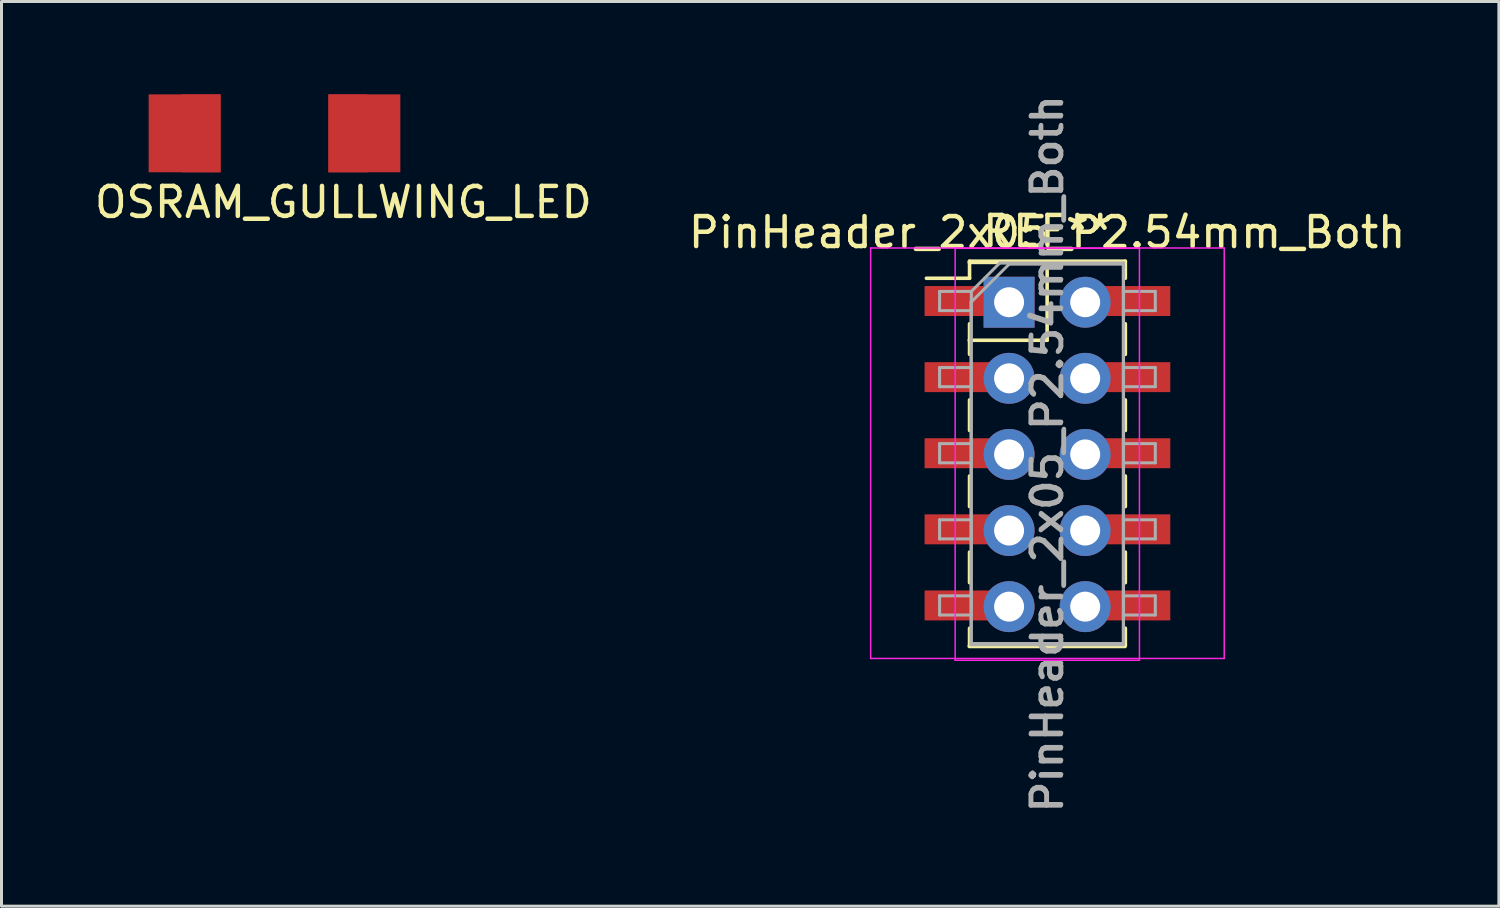
<source format=kicad_pcb>
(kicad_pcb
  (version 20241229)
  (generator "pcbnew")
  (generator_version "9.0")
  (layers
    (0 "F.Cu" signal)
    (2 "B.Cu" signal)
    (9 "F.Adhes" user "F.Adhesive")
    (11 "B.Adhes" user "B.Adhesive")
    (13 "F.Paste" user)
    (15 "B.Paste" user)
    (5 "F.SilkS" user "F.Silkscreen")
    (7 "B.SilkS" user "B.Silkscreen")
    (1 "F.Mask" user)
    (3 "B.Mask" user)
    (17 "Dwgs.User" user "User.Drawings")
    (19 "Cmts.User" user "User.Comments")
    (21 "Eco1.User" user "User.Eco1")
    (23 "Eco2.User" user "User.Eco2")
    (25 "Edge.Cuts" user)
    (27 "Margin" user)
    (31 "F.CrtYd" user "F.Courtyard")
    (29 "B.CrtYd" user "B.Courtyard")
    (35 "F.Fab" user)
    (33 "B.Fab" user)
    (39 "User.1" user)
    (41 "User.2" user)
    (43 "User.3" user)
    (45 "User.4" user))
  (footprint "OSRAM_GULLWING_LED"
    (layer "F.Cu")
    (at 6.111 1.4)
    (property "Reference" "OSRAM_GULLWING_LED" (at 2.3 2.3 0) (layer "F.SilkS") (effects (font (size 1 1) (thickness 0.15))))
    (attr through_hole)
    (fp_circle (center 0 0) (end 0.7 0) (stroke (width 1.4) (type solid)) (fill no) (layer "F.Mask"))
    (pad "1" smd rect (at 2.45 0) (size 1.3 2.6) (layers "F.Cu" "F.Mask" "F.Paste"))
    (pad "1" smd rect (at 3 0) (size 2.4 2.6) (layers "F.Cu"))
    (pad "2" smd rect (at -3 0) (size 2.4 2.6) (layers "F.Cu"))
    (pad "2" smd rect (at -2.45 0) (size 1.3 2.6) (layers "F.Cu" "F.Mask" "F.Paste")))
  (footprint "PinHeader_2x05_P2.54mm_Both"
    (layer "F.Cu")
    (at 30.629 7.037)
    (property "Reference" "PinHeader_2x05_P2.54mm_Both" (at 1.27 -2.33 0) (layer "F.SilkS") (effects (font (size 1 1) (thickness 0.15))))
    (attr through_hole)
    (fp_line (start -2.76 -0.8) (end -1.32 -0.8) (stroke (width 0.12) (type solid)) (layer "F.SilkS"))
    (fp_line (start -1.33 -1.33) (end 0 -1.33) (stroke (width 0.12) (type solid)) (layer "F.SilkS"))
    (fp_line (start -1.33 1.27) (end 1.27 1.27) (stroke (width 0.12) (type solid)) (layer "F.SilkS"))
    (fp_line (start -1.33 11.49) (end 3.87 11.49) (stroke (width 0.12) (type solid)) (layer "F.SilkS"))
    (fp_line (start -1.32 -1.37) (end -1.32 -0.8) (stroke (width 0.12) (type solid)) (layer "F.SilkS"))
    (fp_line (start -1.32 -1.37) (end 3.88 -1.37) (stroke (width 0.12) (type solid)) (layer "F.SilkS"))
    (fp_line (start -1.32 0.72) (end -1.32 1.74) (stroke (width 0.12) (type solid)) (layer "F.SilkS"))
    (fp_line (start -1.32 3.26) (end -1.32 4.28) (stroke (width 0.12) (type solid)) (layer "F.SilkS"))
    (fp_line (start -1.32 5.8) (end -1.32 6.82) (stroke (width 0.12) (type solid)) (layer "F.SilkS"))
    (fp_line (start -1.32 8.34) (end -1.32 9.36) (stroke (width 0.12) (type solid)) (layer "F.SilkS"))
    (fp_line (start -1.32 10.88) (end -1.32 11.45) (stroke (width 0.12) (type solid)) (layer "F.SilkS"))
    (fp_line (start -1.32 11.45) (end 3.88 11.45) (stroke (width 0.12) (type solid)) (layer "F.SilkS"))
    (fp_line (start 1.27 -1.33) (end 3.87 -1.33) (stroke (width 0.12) (type solid)) (layer "F.SilkS"))
    (fp_line (start 1.27 1.27) (end 1.27 -1.33) (stroke (width 0.12) (type solid)) (layer "F.SilkS"))
    (fp_line (start 3.88 -1.37) (end 3.88 -0.8) (stroke (width 0.12) (type solid)) (layer "F.SilkS"))
    (fp_line (start 3.88 0.72) (end 3.88 1.74) (stroke (width 0.12) (type solid)) (layer "F.SilkS"))
    (fp_line (start 3.88 3.26) (end 3.88 4.28) (stroke (width 0.12) (type solid)) (layer "F.SilkS"))
    (fp_line (start 3.88 5.8) (end 3.88 6.82) (stroke (width 0.12) (type solid)) (layer "F.SilkS"))
    (fp_line (start 3.88 8.34) (end 3.88 9.36) (stroke (width 0.12) (type solid)) (layer "F.SilkS"))
    (fp_line (start 3.88 10.88) (end 3.88 11.45) (stroke (width 0.12) (type solid)) (layer "F.SilkS"))
    (fp_line (start -4.62 -1.81) (end -4.62 11.89) (stroke (width 0.05) (type solid)) (layer "F.CrtYd"))
    (fp_line (start -4.62 11.89) (end 7.18 11.89) (stroke (width 0.05) (type solid)) (layer "F.CrtYd"))
    (fp_line (start -1.8 -1.8) (end -1.8 11.95) (stroke (width 0.05) (type solid)) (layer "F.CrtYd"))
    (fp_line (start -1.8 11.95) (end 4.35 11.95) (stroke (width 0.05) (type solid)) (layer "F.CrtYd"))
    (fp_line (start 4.35 -1.8) (end -1.8 -1.8) (stroke (width 0.05) (type solid)) (layer "F.CrtYd"))
    (fp_line (start 4.35 11.95) (end 4.35 -1.8) (stroke (width 0.05) (type solid)) (layer "F.CrtYd"))
    (fp_line (start 7.18 -1.81) (end -4.62 -1.81) (stroke (width 0.05) (type solid)) (layer "F.CrtYd"))
    (fp_line (start 7.18 11.89) (end 7.18 -1.81) (stroke (width 0.05) (type solid)) (layer "F.CrtYd"))
    (fp_line (start -2.32 -0.36) (end -2.32 0.28) (stroke (width 0.1) (type solid)) (layer "F.Fab"))
    (fp_line (start -2.32 0.28) (end -1.26 0.28) (stroke (width 0.1) (type solid)) (layer "F.Fab"))
    (fp_line (start -2.32 2.18) (end -2.32 2.82) (stroke (width 0.1) (type solid)) (layer "F.Fab"))
    (fp_line (start -2.32 2.82) (end -1.26 2.82) (stroke (width 0.1) (type solid)) (layer "F.Fab"))
    (fp_line (start -2.32 4.72) (end -2.32 5.36) (stroke (width 0.1) (type solid)) (layer "F.Fab"))
    (fp_line (start -2.32 5.36) (end -1.26 5.36) (stroke (width 0.1) (type solid)) (layer "F.Fab"))
    (fp_line (start -2.32 7.26) (end -2.32 7.9) (stroke (width 0.1) (type solid)) (layer "F.Fab"))
    (fp_line (start -2.32 7.9) (end -1.26 7.9) (stroke (width 0.1) (type solid)) (layer "F.Fab"))
    (fp_line (start -2.32 9.8) (end -2.32 10.44) (stroke (width 0.1) (type solid)) (layer "F.Fab"))
    (fp_line (start -2.32 10.44) (end -1.26 10.44) (stroke (width 0.1) (type solid)) (layer "F.Fab"))
    (fp_line (start -1.27 0) (end 0 -1.27) (stroke (width 0.1) (type solid)) (layer "F.Fab"))
    (fp_line (start -1.27 11.43) (end -1.27 0) (stroke (width 0.1) (type solid)) (layer "F.Fab"))
    (fp_line (start -1.26 -0.36) (end -2.32 -0.36) (stroke (width 0.1) (type solid)) (layer "F.Fab"))
    (fp_line (start -1.26 -0.36) (end -0.31 -1.31) (stroke (width 0.1) (type solid)) (layer "F.Fab"))
    (fp_line (start -1.26 2.18) (end -2.32 2.18) (stroke (width 0.1) (type solid)) (layer "F.Fab"))
    (fp_line (start -1.26 4.72) (end -2.32 4.72) (stroke (width 0.1) (type solid)) (layer "F.Fab"))
    (fp_line (start -1.26 7.26) (end -2.32 7.26) (stroke (width 0.1) (type solid)) (layer "F.Fab"))
    (fp_line (start -1.26 9.8) (end -2.32 9.8) (stroke (width 0.1) (type solid)) (layer "F.Fab"))
    (fp_line (start -1.26 11.39) (end -1.26 -0.36) (stroke (width 0.1) (type solid)) (layer "F.Fab"))
    (fp_line (start -0.31 -1.31) (end 3.82 -1.31) (stroke (width 0.1) (type solid)) (layer "F.Fab"))
    (fp_line (start 0 -1.27) (end 3.81 -1.27) (stroke (width 0.1) (type solid)) (layer "F.Fab"))
    (fp_line (start 3.81 -1.27) (end 3.81 11.43) (stroke (width 0.1) (type solid)) (layer "F.Fab"))
    (fp_line (start 3.81 11.43) (end -1.27 11.43) (stroke (width 0.1) (type solid)) (layer "F.Fab"))
    (fp_line (start 3.82 -1.31) (end 3.82 11.39) (stroke (width 0.1) (type solid)) (layer "F.Fab"))
    (fp_line (start 3.82 -0.36) (end 4.88 -0.36) (stroke (width 0.1) (type solid)) (layer "F.Fab"))
    (fp_line (start 3.82 2.18) (end 4.88 2.18) (stroke (width 0.1) (type solid)) (layer "F.Fab"))
    (fp_line (start 3.82 4.72) (end 4.88 4.72) (stroke (width 0.1) (type solid)) (layer "F.Fab"))
    (fp_line (start 3.82 7.26) (end 4.88 7.26) (stroke (width 0.1) (type solid)) (layer "F.Fab"))
    (fp_line (start 3.82 9.8) (end 4.88 9.8) (stroke (width 0.1) (type solid)) (layer "F.Fab"))
    (fp_line (start 3.82 11.39) (end -1.26 11.39) (stroke (width 0.1) (type solid)) (layer "F.Fab"))
    (fp_line (start 4.88 -0.36) (end 4.88 0.28) (stroke (width 0.1) (type solid)) (layer "F.Fab"))
    (fp_line (start 4.88 0.28) (end 3.82 0.28) (stroke (width 0.1) (type solid)) (layer "F.Fab"))
    (fp_line (start 4.88 2.18) (end 4.88 2.82) (stroke (width 0.1) (type solid)) (layer "F.Fab"))
    (fp_line (start 4.88 2.82) (end 3.82 2.82) (stroke (width 0.1) (type solid)) (layer "F.Fab"))
    (fp_line (start 4.88 4.72) (end 4.88 5.36) (stroke (width 0.1) (type solid)) (layer "F.Fab"))
    (fp_line (start 4.88 5.36) (end 3.82 5.36) (stroke (width 0.1) (type solid)) (layer "F.Fab"))
    (fp_line (start 4.88 7.26) (end 4.88 7.9) (stroke (width 0.1) (type solid)) (layer "F.Fab"))
    (fp_line (start 4.88 7.9) (end 3.82 7.9) (stroke (width 0.1) (type solid)) (layer "F.Fab"))
    (fp_line (start 4.88 9.8) (end 4.88 10.44) (stroke (width 0.1) (type solid)) (layer "F.Fab"))
    (fp_line (start 4.88 10.44) (end 3.82 10.44) (stroke (width 0.1) (type solid)) (layer "F.Fab"))
    (fp_text user "REF**" (at 1.28 -2.37 0) (layer "F.SilkS") (effects (font (size 1 1) (thickness 0.15))))
    (fp_text user "${REFERENCE}" (at 1.27 5.08 90) (layer "F.Fab") (effects (font (size 1 1) (thickness 0.15))))
    (fp_text user "${REFERENCE}" (at 1.28 5.04 90) (layer "F.Fab") (effects (font (size 1 1) (thickness 0.15))))
    (pad "1" smd rect (at -1.245 -0.04) (size 3.15 1) (layers "F.Cu" "F.Mask" "F.Paste"))
    (pad "1" thru_hole rect (at 0 0) (size 1.7 1.7) (drill 1) (layers "*.Cu" "*.Mask"))
    (pad "2" thru_hole oval (at 2.54 0) (size 1.7 1.7) (drill 1) (layers "*.Cu" "*.Mask"))
    (pad "2" smd rect (at 3.805 -0.04) (size 3.15 1) (layers "F.Cu" "F.Mask" "F.Paste"))
    (pad "3" smd rect (at -1.245 2.5) (size 3.15 1) (layers "F.Cu" "F.Mask" "F.Paste"))
    (pad "3" thru_hole oval (at 0 2.54) (size 1.7 1.7) (drill 1) (layers "*.Cu" "*.Mask"))
    (pad "4" thru_hole oval (at 2.54 2.54) (size 1.7 1.7) (drill 1) (layers "*.Cu" "*.Mask"))
    (pad "4" smd rect (at 3.805 2.5) (size 3.15 1) (layers "F.Cu" "F.Mask" "F.Paste"))
    (pad "5" smd rect (at -1.245 5.04) (size 3.15 1) (layers "F.Cu" "F.Mask" "F.Paste"))
    (pad "5" thru_hole oval (at 0 5.08) (size 1.7 1.7) (drill 1) (layers "*.Cu" "*.Mask"))
    (pad "6" thru_hole oval (at 2.54 5.08) (size 1.7 1.7) (drill 1) (layers "*.Cu" "*.Mask"))
    (pad "6" smd rect (at 3.805 5.04) (size 3.15 1) (layers "F.Cu" "F.Mask" "F.Paste"))
    (pad "7" smd rect (at -1.245 7.58) (size 3.15 1) (layers "F.Cu" "F.Mask" "F.Paste"))
    (pad "7" thru_hole oval (at 0 7.62) (size 1.7 1.7) (drill 1) (layers "*.Cu" "*.Mask"))
    (pad "8" thru_hole oval (at 2.54 7.62) (size 1.7 1.7) (drill 1) (layers "*.Cu" "*.Mask"))
    (pad "8" smd rect (at 3.805 7.58) (size 3.15 1) (layers "F.Cu" "F.Mask" "F.Paste"))
    (pad "9" smd rect (at -1.245 10.12) (size 3.15 1) (layers "F.Cu" "F.Mask" "F.Paste"))
    (pad "9" thru_hole oval (at 0 10.16) (size 1.7 1.7) (drill 1) (layers "*.Cu" "*.Mask"))
    (pad "10" thru_hole oval (at 2.54 10.16) (size 1.7 1.7) (drill 1) (layers "*.Cu" "*.Mask"))
    (pad "10" smd rect (at 3.805 10.12) (size 3.15 1) (layers "F.Cu" "F.Mask" "F.Paste")))
  (gr_rect
    (start -3 -3)
    (end 46.976 27.195)
    (stroke (width 0.1) (type default))
    (fill no)
    (layer "Edge.Cuts")))
</source>
